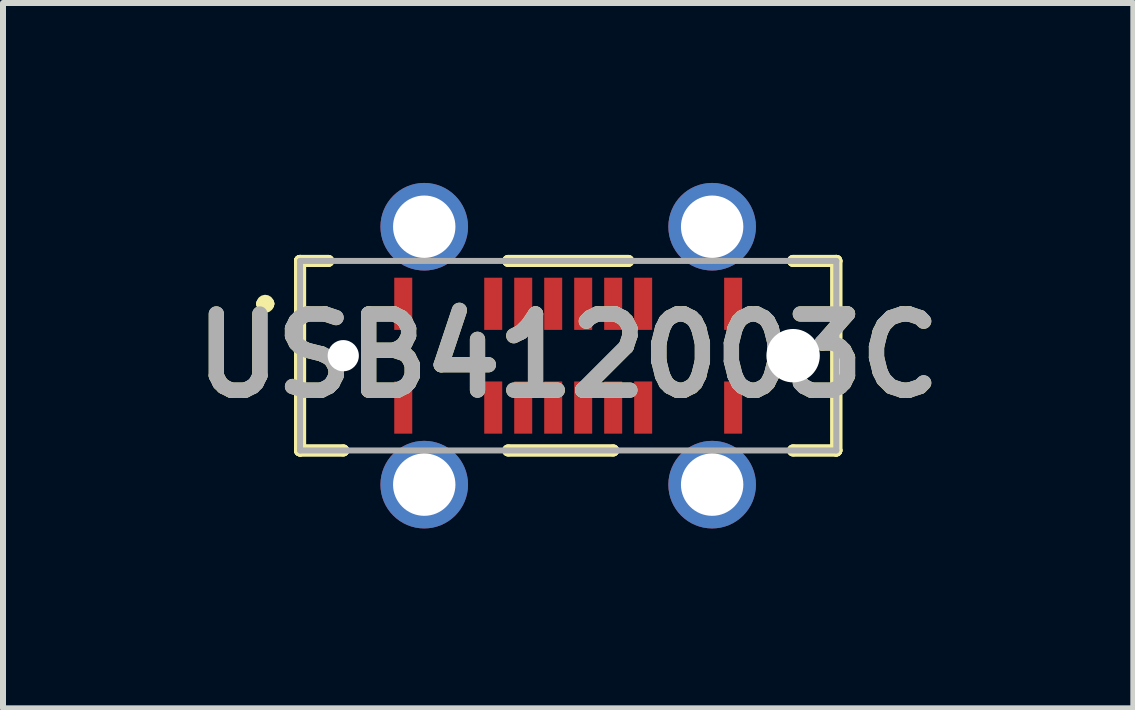
<source format=kicad_pcb>
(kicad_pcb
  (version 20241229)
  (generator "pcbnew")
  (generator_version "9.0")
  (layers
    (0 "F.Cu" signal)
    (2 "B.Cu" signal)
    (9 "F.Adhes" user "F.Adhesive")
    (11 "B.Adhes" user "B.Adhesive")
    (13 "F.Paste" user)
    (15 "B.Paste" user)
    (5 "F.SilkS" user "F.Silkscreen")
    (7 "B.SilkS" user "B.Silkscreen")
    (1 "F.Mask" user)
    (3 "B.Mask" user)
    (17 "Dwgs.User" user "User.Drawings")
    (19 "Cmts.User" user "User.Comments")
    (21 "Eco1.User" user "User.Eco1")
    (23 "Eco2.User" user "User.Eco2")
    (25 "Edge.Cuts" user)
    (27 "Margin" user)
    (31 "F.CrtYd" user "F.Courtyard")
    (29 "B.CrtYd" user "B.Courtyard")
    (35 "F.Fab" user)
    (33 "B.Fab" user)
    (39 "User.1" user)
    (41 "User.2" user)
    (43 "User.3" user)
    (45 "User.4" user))
  (footprint "USB412003C"
    (layer "F.Cu")
    (at 6.423 2.88)
    (property "Reference" "USB412003C" (at 0 0 0) (layer "F.SilkS") (effects (font (size 1.27 1.27) (thickness 0.254))))
    (attr through_hole)
    (fp_line (start -5.1 -0.865) (end -5.1 -0.865) (stroke (width 0.2) (type solid)) (layer "F.SilkS"))
    (fp_line (start -5.1 -0.865) (end -5 -0.865) (stroke (width 0.2) (type solid)) (layer "F.SilkS"))
    (fp_line (start -5 -0.865) (end -5 -0.865) (stroke (width 0.2) (type solid)) (layer "F.SilkS"))
    (fp_line (start -4.47 -1.58) (end -4.47 -1.58) (stroke (width 0.2) (type solid)) (layer "F.SilkS"))
    (fp_line (start -4.47 -1.58) (end -4.47 -1.58) (stroke (width 0.2) (type solid)) (layer "F.SilkS"))
    (fp_line (start -4.47 -1.58) (end -4.47 1.58) (stroke (width 0.2) (type solid)) (layer "F.SilkS"))
    (fp_line (start -4.47 -1.58) (end -4 -1.58) (stroke (width 0.2) (type solid)) (layer "F.SilkS"))
    (fp_line (start -4.47 1.58) (end -4.47 -1.58) (stroke (width 0.2) (type solid)) (layer "F.SilkS"))
    (fp_line (start -4.47 1.58) (end -4.47 1.58) (stroke (width 0.2) (type solid)) (layer "F.SilkS"))
    (fp_line (start -4.47 1.58) (end -4.47 1.58) (stroke (width 0.2) (type solid)) (layer "F.SilkS"))
    (fp_line (start -4.47 1.58) (end -3.75 1.58) (stroke (width 0.2) (type solid)) (layer "F.SilkS"))
    (fp_line (start -4 -1.58) (end -4.47 -1.58) (stroke (width 0.2) (type solid)) (layer "F.SilkS"))
    (fp_line (start -4 -1.58) (end -4 -1.58) (stroke (width 0.2) (type solid)) (layer "F.SilkS"))
    (fp_line (start -3.75 1.58) (end -4.47 1.58) (stroke (width 0.2) (type solid)) (layer "F.SilkS"))
    (fp_line (start -3.75 1.58) (end -3.75 1.58) (stroke (width 0.2) (type solid)) (layer "F.SilkS"))
    (fp_line (start -1 -1.58) (end -1 -1.58) (stroke (width 0.2) (type solid)) (layer "F.SilkS"))
    (fp_line (start -1 -1.58) (end 1 -1.58) (stroke (width 0.2) (type solid)) (layer "F.SilkS"))
    (fp_line (start -1 1.58) (end -1 1.58) (stroke (width 0.2) (type solid)) (layer "F.SilkS"))
    (fp_line (start -1 1.58) (end 0.75 1.58) (stroke (width 0.2) (type solid)) (layer "F.SilkS"))
    (fp_line (start 0.75 1.58) (end -1 1.58) (stroke (width 0.2) (type solid)) (layer "F.SilkS"))
    (fp_line (start 0.75 1.58) (end 0.75 1.58) (stroke (width 0.2) (type solid)) (layer "F.SilkS"))
    (fp_line (start 1 -1.58) (end -1 -1.58) (stroke (width 0.2) (type solid)) (layer "F.SilkS"))
    (fp_line (start 1 -1.58) (end 1 -1.58) (stroke (width 0.2) (type solid)) (layer "F.SilkS"))
    (fp_line (start 3.75 -1.58) (end 3.75 -1.58) (stroke (width 0.2) (type solid)) (layer "F.SilkS"))
    (fp_line (start 3.75 -1.58) (end 4.47 -1.58) (stroke (width 0.2) (type solid)) (layer "F.SilkS"))
    (fp_line (start 3.75 1.58) (end 3.75 1.58) (stroke (width 0.2) (type solid)) (layer "F.SilkS"))
    (fp_line (start 3.75 1.58) (end 4.47 1.58) (stroke (width 0.2) (type solid)) (layer "F.SilkS"))
    (fp_line (start 4.47 -1.58) (end 3.75 -1.58) (stroke (width 0.2) (type solid)) (layer "F.SilkS"))
    (fp_line (start 4.47 -1.58) (end 4.47 -1.58) (stroke (width 0.2) (type solid)) (layer "F.SilkS"))
    (fp_line (start 4.47 -1.58) (end 4.47 -1.58) (stroke (width 0.2) (type solid)) (layer "F.SilkS"))
    (fp_line (start 4.47 -1.58) (end 4.47 1.58) (stroke (width 0.2) (type solid)) (layer "F.SilkS"))
    (fp_line (start 4.47 1.58) (end 3.75 1.58) (stroke (width 0.2) (type solid)) (layer "F.SilkS"))
    (fp_line (start 4.47 1.58) (end 4.47 -1.58) (stroke (width 0.2) (type solid)) (layer "F.SilkS"))
    (fp_line (start 4.47 1.58) (end 4.47 1.58) (stroke (width 0.2) (type solid)) (layer "F.SilkS"))
    (fp_line (start 4.47 1.58) (end 4.47 1.58) (stroke (width 0.2) (type solid)) (layer "F.SilkS"))
    (fp_arc (start -5.1 -0.865) (mid -5.05 -0.915) (end -5 -0.865) (stroke (width 0.2) (type solid)) (layer "F.SilkS"))
    (fp_arc (start -5 -0.865) (mid -5.05 -0.815) (end -5.1 -0.865) (stroke (width 0.2) (type solid)) (layer "F.SilkS"))
    (fp_line (start -4.47 -1.58) (end -4.47 1.58) (stroke (width 0.1) (type solid)) (layer "F.Fab"))
    (fp_line (start -4.47 1.58) (end 4.47 1.58) (stroke (width 0.1) (type solid)) (layer "F.Fab"))
    (fp_line (start 4.47 -1.58) (end -4.47 -1.58) (stroke (width 0.1) (type solid)) (layer "F.Fab"))
    (fp_line (start 4.47 1.58) (end 4.47 -1.58) (stroke (width 0.1) (type solid)) (layer "F.Fab"))
    (fp_text user "${REFERENCE}" (at 0 0 0) (layer "F.Fab") (effects (font (size 1.27 1.27) (thickness 0.254))))
    (pad "" np_thru_hole circle (at -3.75 0) (size 0.52 0.52) (drill 0.52) (layers "*.Cu" "*.Mask"))
    (pad "" np_thru_hole circle (at 3.75 0) (size 0.89 0.89) (drill 0.89) (layers "*.Cu" "*.Mask"))
    (pad "A1" smd rect (at -2.75 -0.865) (size 0.3 0.87) (layers "F.Cu" "F.Mask" "F.Paste"))
    (pad "A4" smd rect (at -1.25 -0.865) (size 0.3 0.87) (layers "F.Cu" "F.Mask" "F.Paste"))
    (pad "A5" smd rect (at -0.75 -0.865) (size 0.3 0.87) (layers "F.Cu" "F.Mask" "F.Paste"))
    (pad "A6" smd rect (at -0.25 -0.865) (size 0.3 0.87) (layers "F.Cu" "F.Mask" "F.Paste"))
    (pad "A7" smd rect (at 0.25 -0.865) (size 0.3 0.87) (layers "F.Cu" "F.Mask" "F.Paste"))
    (pad "A8" smd rect (at 0.75 -0.865) (size 0.3 0.87) (layers "F.Cu" "F.Mask" "F.Paste"))
    (pad "A9" smd rect (at 1.25 -0.865) (size 0.3 0.87) (layers "F.Cu" "F.Mask" "F.Paste"))
    (pad "A12" smd rect (at 2.75 -0.865) (size 0.3 0.87) (layers "F.Cu" "F.Mask" "F.Paste"))
    (pad "B1" smd rect (at 2.75 0.865) (size 0.3 0.87) (layers "F.Cu" "F.Mask" "F.Paste"))
    (pad "B4" smd rect (at 1.25 0.865) (size 0.3 0.87) (layers "F.Cu" "F.Mask" "F.Paste"))
    (pad "B5" smd rect (at 0.75 0.865) (size 0.3 0.87) (layers "F.Cu" "F.Mask" "F.Paste"))
    (pad "B6" smd rect (at 0.25 0.865) (size 0.3 0.87) (layers "F.Cu" "F.Mask" "F.Paste"))
    (pad "B7" smd rect (at -0.25 0.865) (size 0.3 0.87) (layers "F.Cu" "F.Mask" "F.Paste"))
    (pad "B8" smd rect (at -0.75 0.865) (size 0.3 0.87) (layers "F.Cu" "F.Mask" "F.Paste"))
    (pad "B9" smd rect (at -1.25 0.865) (size 0.3 0.87) (layers "F.Cu" "F.Mask" "F.Paste"))
    (pad "B12" smd rect (at -2.75 0.865) (size 0.3 0.87) (layers "F.Cu" "F.Mask" "F.Paste"))
    (pad "MH1" thru_hole circle (at -2.4 -2.15) (size 1.46 1.46) (drill 1.04) (layers "*.Cu" "*.Mask"))
    (pad "MH2" thru_hole circle (at 2.4 -2.15) (size 1.46 1.46) (drill 1.04) (layers "*.Cu" "*.Mask"))
    (pad "MH3" thru_hole circle (at 2.4 2.15) (size 1.46 1.46) (drill 1.04) (layers "*.Cu" "*.Mask"))
    (pad "MH4" thru_hole circle (at -2.4 2.15) (size 1.46 1.46) (drill 1.04) (layers "*.Cu" "*.Mask")))
  (gr_rect
    (start -3 -3)
    (end 15.845 8.76)
    (stroke (width 0.1) (type default))
    (fill no)
    (layer "Edge.Cuts")))
</source>
